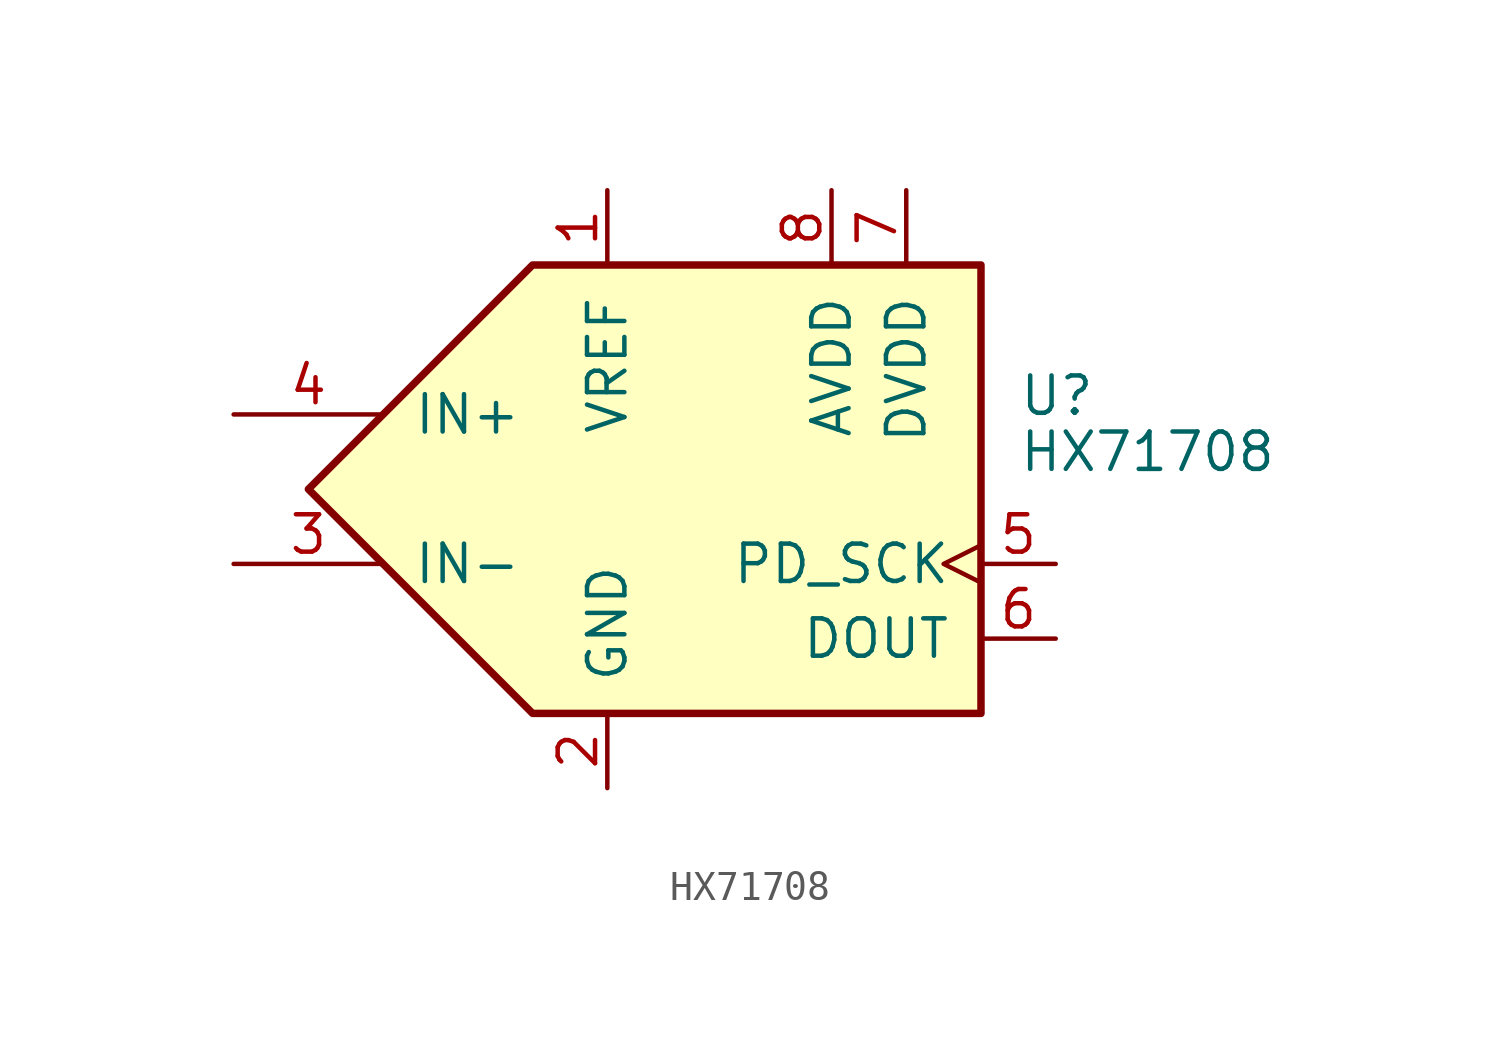
<source format=kicad_sym>
(kicad_symbol_lib
  (version 20220914)
  (generator kicad_symbol_editor)
  (symbol "HX71708"
    (pin_names
      (offset 1.016))
    (property "Reference" "U"
      (at 11.43 3.175 0)
      (effects (font (size 1.27 1.27)) (justify left)))
    (property "Value" "HX71708"
      (at 11.43 1.27 0)
      (effects (font (size 1.27 1.27)) (justify left)))
    (symbol "HX71708_0_0"
      (polyline (pts (xy -12.7 0) (xy -5.08 7.62) (xy 10.16 7.62) (xy 10.16 -7.62) (xy -5.08 -7.62) (xy -12.7 0)) (stroke (width 0.254) (type default)) (fill (type background))))
    (symbol "HX71708_1_1"
      (pin power_in line (at -2.54 10.16 270) (length 2.54) (name "VREF" (effects (font (size 1.27 1.27)))) (number "1" (effects (font (size 1.27 1.27)))))
      (pin power_in line (at -2.54 -10.16 90) (length 2.54) (name "GND" (effects (font (size 1.27 1.27)))) (number "2" (effects (font (size 1.27 1.27)))))
      (pin input line (at -15.24 -2.54 0) (length 5.08) (name "IN-" (effects (font (size 1.27 1.27)))) (number "3" (effects (font (size 1.27 1.27)))))
      (pin input line (at -15.24 2.54 0) (length 5.08) (name "IN+" (effects (font (size 1.27 1.27)))) (number "4" (effects (font (size 1.27 1.27)))))
      (pin input clock (at 12.7 -2.54 180) (length 2.54) (name "PD_SCK" (effects (font (size 1.27 1.27)))) (number "5" (effects (font (size 1.27 1.27)))))
      (pin output line (at 12.7 -5.08 180) (length 2.54) (name "DOUT" (effects (font (size 1.27 1.27)))) (number "6" (effects (font (size 1.27 1.27)))))
      (pin power_in line (at 7.62 10.16 270) (length 2.54) (name "DVDD" (effects (font (size 1.27 1.27)))) (number "7" (effects (font (size 1.27 1.27)))))
      (pin power_in line (at 5.08 10.16 270) (length 2.54) (name "AVDD" (effects (font (size 1.27 1.27)))) (number "8" (effects (font (size 1.27 1.27))))))))
</source>
